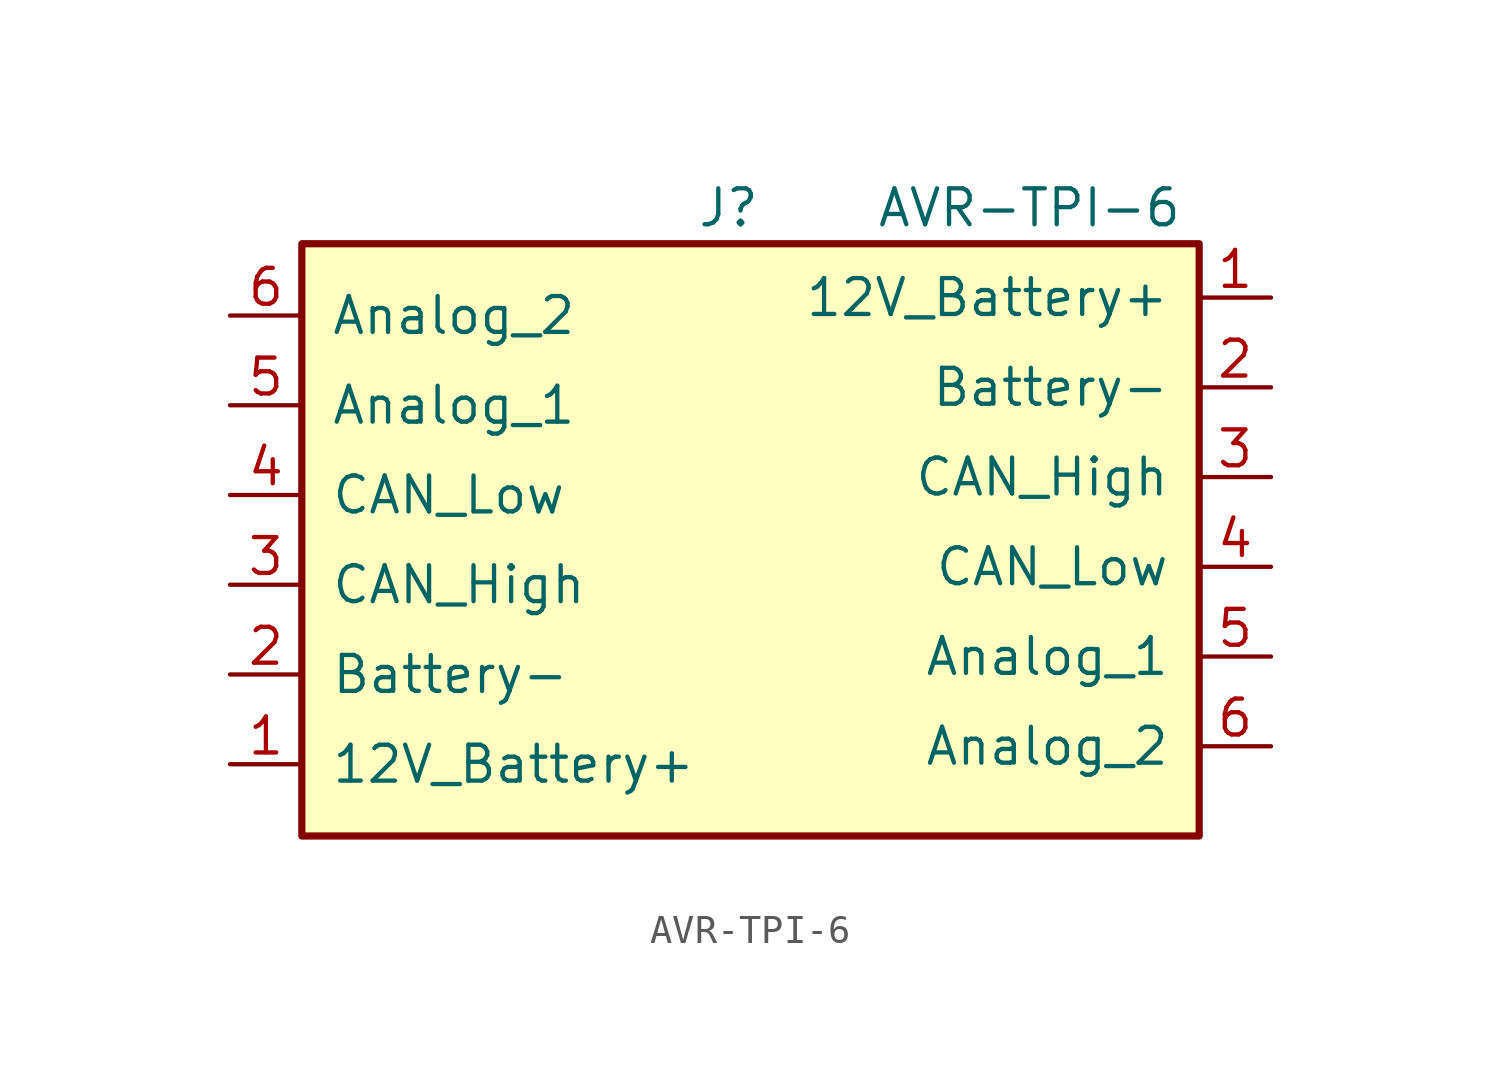
<source format=kicad_sym>
(kicad_symbol_lib
  (version 20220914)
  (generator kicad_symbol_editor)
  (symbol "AVR-TPI-6"
    (pin_names
      (offset 1.016))
    (property "Reference" "J"
      (at -6.35 8.89 0)
      (effects (font (size 1.27 1.27)) (justify left)))
    (property "Value" "AVR-TPI-6"
      (at 0 8.89 0)
      (effects (font (size 1.27 1.27)) (justify left)))
    (symbol "AVR-TPI-6_0_1"
      (rectangle (start -20.32 7.62) (end 11.43 -13.335) (stroke (width 0.254) (type default)) (fill (type background))))
    (symbol "AVR-TPI-6_1_1"
      (pin input line (at -22.86 -10.795 0) (length 2.54) (name "12V_Battery+" (effects (font (size 1.27 1.27)))) (number "1" (effects (font (size 1.27 1.27)))))
      (pin input line (at 13.97 5.715 180) (length 2.54) (name "12V_Battery+" (effects (font (size 1.27 1.27)))) (number "1" (effects (font (size 1.27 1.27)))))
      (pin input line (at -22.86 -7.62 0) (length 2.54) (name "Battery-" (effects (font (size 1.27 1.27)))) (number "2" (effects (font (size 1.27 1.27)))))
      (pin input line (at 13.97 2.54 180) (length 2.54) (name "Battery-" (effects (font (size 1.27 1.27)))) (number "2" (effects (font (size 1.27 1.27)))))
      (pin input line (at -22.86 -4.445 0) (length 2.54) (name "CAN_High" (effects (font (size 1.27 1.27)))) (number "3" (effects (font (size 1.27 1.27)))))
      (pin input line (at 13.97 -0.635 180) (length 2.54) (name "CAN_High" (effects (font (size 1.27 1.27)))) (number "3" (effects (font (size 1.27 1.27)))))
      (pin input line (at -22.86 -1.27 0) (length 2.54) (name "CAN_Low" (effects (font (size 1.27 1.27)))) (number "4" (effects (font (size 1.27 1.27)))))
      (pin input line (at 13.97 -3.81 180) (length 2.54) (name "CAN_Low" (effects (font (size 1.27 1.27)))) (number "4" (effects (font (size 1.27 1.27)))))
      (pin input line (at -22.86 1.905 0) (length 2.54) (name "Analog_1" (effects (font (size 1.27 1.27)))) (number "5" (effects (font (size 1.27 1.27)))))
      (pin input line (at 13.97 -6.985 180) (length 2.54) (name "Analog_1" (effects (font (size 1.27 1.27)))) (number "5" (effects (font (size 1.27 1.27)))))
      (pin input line (at -22.86 5.08 0) (length 2.54) (name "Analog_2" (effects (font (size 1.27 1.27)))) (number "6" (effects (font (size 1.27 1.27)))))
      (pin input line (at 13.97 -10.16 180) (length 2.54) (name "Analog_2" (effects (font (size 1.27 1.27)))) (number "6" (effects (font (size 1.27 1.27))))))))
</source>
